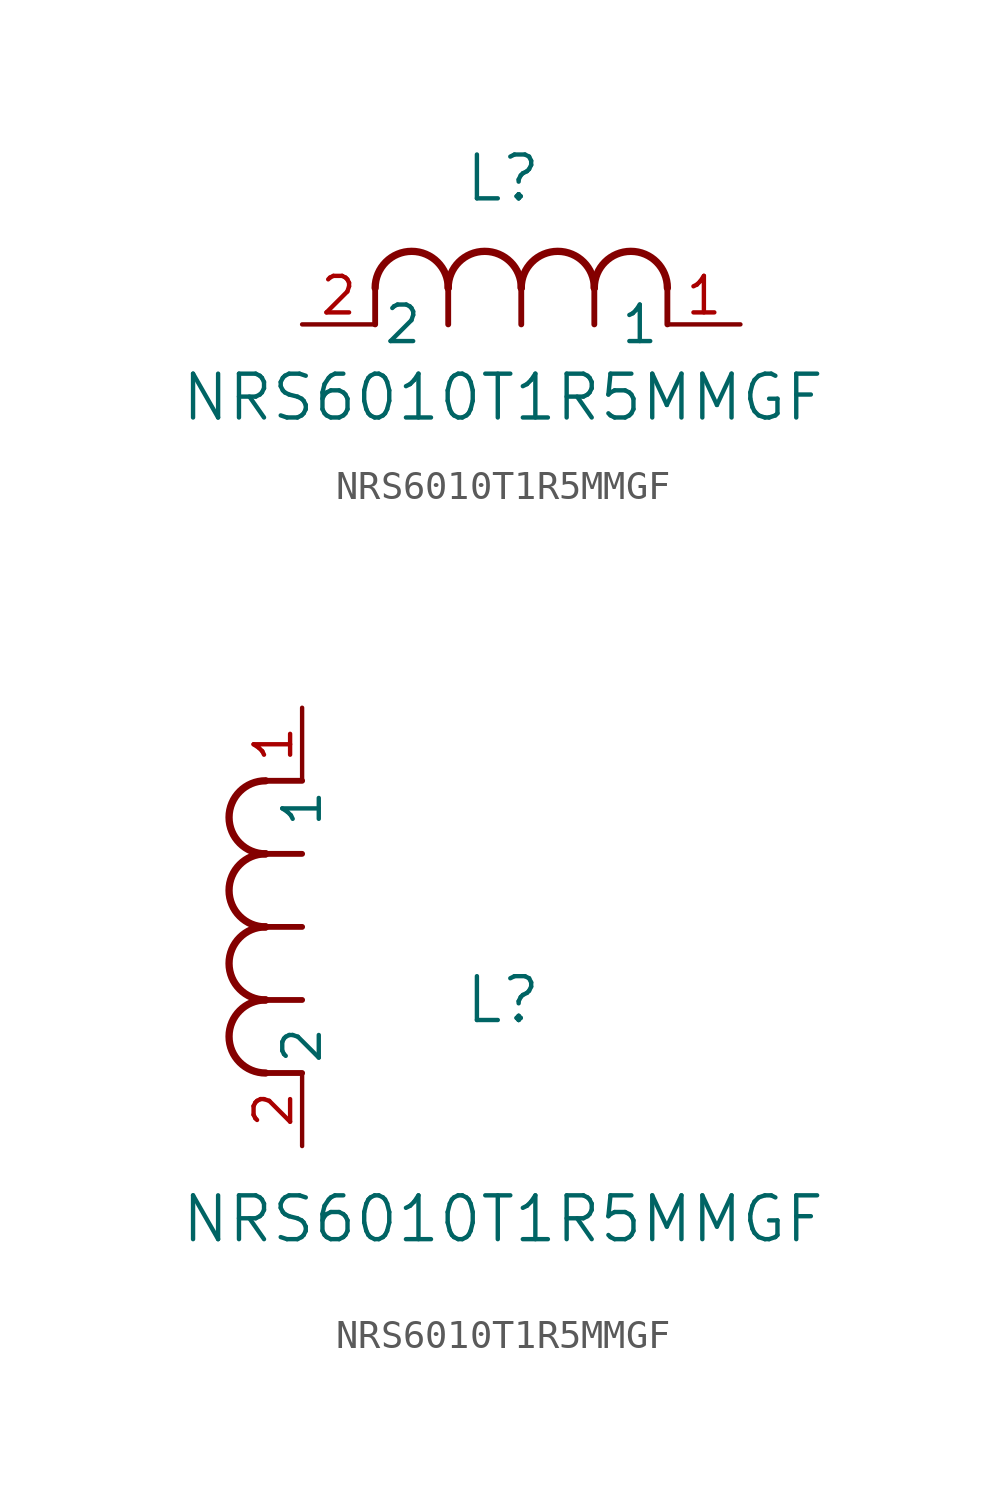
<source format=kicad_sym>
(kicad_symbol_lib
  (version 20211014)
  (generator kicad_symbol_editor)
  (symbol "NRS6010T1R5MMGF"
    (pin_names
      (offset 0.254))
    (property "Reference" "L"
      (at 6.985 5.08 0)
      (effects (font (size 1.524 1.524))))
    (property "Value" "NRS6010T1R5MMGF"
      (at 6.985 -2.54 0)
      (effects (font (size 1.524 1.524))))
    (symbol "NRS6010T1R5MMGF_1_1"
      (arc (start 7.62 1.27) (mid 6.35 2.54) (end 5.08 1.27) (stroke (width 0.254) (type default) (color 0 0 0 0)) (fill (type none)))
      (polyline (pts (xy 5.08 0) (xy 5.08 1.27)) (stroke (width 0.203) (type default) (color 0 0 0 0)) (fill (type none)))
      (polyline (pts (xy 7.62 0) (xy 7.62 1.27)) (stroke (width 0.203) (type default) (color 0 0 0 0)) (fill (type none)))
      (polyline (pts (xy 12.7 0) (xy 12.7 1.27)) (stroke (width 0.203) (type default) (color 0 0 0 0)) (fill (type none)))
      (arc (start 5.08 1.27) (mid 3.81 2.54) (end 2.54 1.27) (stroke (width 0.254) (type default) (color 0 0 0 0)) (fill (type none)))
      (arc (start 10.16 1.27) (mid 8.89 2.54) (end 7.62 1.27) (stroke (width 0.254) (type default) (color 0 0 0 0)) (fill (type none)))
      (arc (start 12.7 1.27) (mid 11.43 2.54) (end 10.16 1.27) (stroke (width 0.254) (type default) (color 0 0 0 0)) (fill (type none)))
      (polyline (pts (xy 2.54 0) (xy 2.54 1.27)) (stroke (width 0.203) (type default) (color 0 0 0 0)) (fill (type none)))
      (polyline (pts (xy 10.16 0) (xy 10.16 1.27)) (stroke (width 0.203) (type default) (color 0 0 0 0)) (fill (type none)))
      (pin unspecified line (at 0 0 0) (length 2.54) (name "2" (effects (font (size 1.27 1.27)))) (number "2" (effects (font (size 1.27 1.27)))))
      (pin unspecified line (at 15.24 0 180) (length 2.54) (name "1" (effects (font (size 1.27 1.27)))) (number "1" (effects (font (size 1.27 1.27))))))
    (symbol "NRS6010T1R5MMGF_1_2"
      (arc (start -1.27 7.62) (mid -2.54 6.35) (end -1.27 5.08) (stroke (width 0.254) (type default) (color 0 0 0 0)) (fill (type none)))
      (arc (start -1.27 5.08) (mid -2.54 3.81) (end -1.27 2.54) (stroke (width 0.254) (type default) (color 0 0 0 0)) (fill (type none)))
      (arc (start -1.27 12.7) (mid -2.54 11.43) (end -1.27 10.16) (stroke (width 0.254) (type default) (color 0 0 0 0)) (fill (type none)))
      (arc (start -1.27 10.16) (mid -2.54 8.89) (end -1.27 7.62) (stroke (width 0.254) (type default) (color 0 0 0 0)) (fill (type none)))
      (polyline (pts (xy 0 7.62) (xy -1.27 7.62)) (stroke (width 0.203) (type default) (color 0 0 0 0)) (fill (type none)))
      (polyline (pts (xy 0 5.08) (xy -1.27 5.08)) (stroke (width 0.203) (type default) (color 0 0 0 0)) (fill (type none)))
      (polyline (pts (xy 0 12.7) (xy -1.27 12.7)) (stroke (width 0.203) (type default) (color 0 0 0 0)) (fill (type none)))
      (polyline (pts (xy 0 2.54) (xy -1.27 2.54)) (stroke (width 0.203) (type default) (color 0 0 0 0)) (fill (type none)))
      (polyline (pts (xy 0 10.16) (xy -1.27 10.16)) (stroke (width 0.203) (type default) (color 0 0 0 0)) (fill (type none)))
      (pin unspecified line (at 0 0 90) (length 2.54) (name "2" (effects (font (size 1.27 1.27)))) (number "2" (effects (font (size 1.27 1.27)))))
      (pin unspecified line (at 0 15.24 270) (length 2.54) (name "1" (effects (font (size 1.27 1.27)))) (number "1" (effects (font (size 1.27 1.27))))))))
</source>
